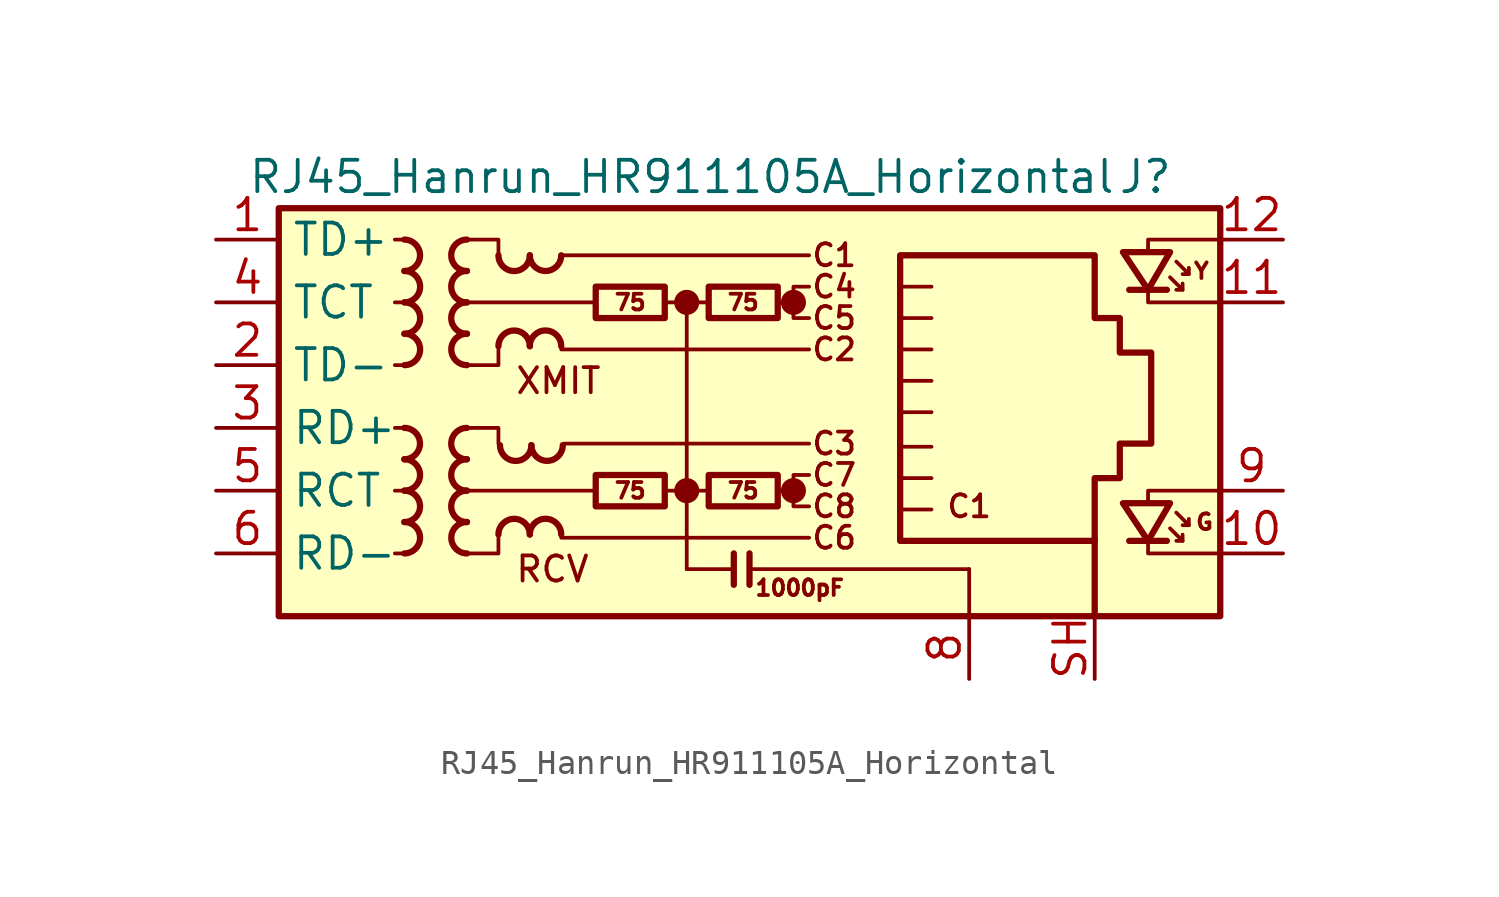
<source format=kicad_sym>
(kicad_symbol_lib
  (version 20241209)
  (generator "kicad_symbol_editor")
  (generator_version "9.0")
  (symbol "RJ45_Hanrun_HR911105A_Horizontal"
    (property "Reference" "J"
      (at 18.415 10.16 0)
      (effects (font (size 1.27 1.27)) (justify right)))
    (property "Value" "RJ45_Hanrun_HR911105A_Horizontal"
      (at -19.05 10.16 0)
      (effects (font (size 1.27 1.27)) (justify left)))
    (symbol "RJ45_Hanrun_HR911105A_Horizontal_0_0"
      (circle (center -1.27 5.08) (radius 0.0001) (stroke (width 0.508) (type default)) (fill (type none)))
      (polyline (pts (xy -1.27 5.08) (xy -1.27 -5.715)) (stroke (width 0) (type default)) (fill (type none)))
      (circle (center -1.27 -2.54) (radius 0.0001) (stroke (width 0.508) (type default)) (fill (type none)))
      (polyline (pts (xy 0.635 -5.08) (xy 0.635 -6.35)) (stroke (width 0.254) (type default)) (fill (type none)))
      (polyline (pts (xy 1.27 -5.08) (xy 1.27 -6.35)) (stroke (width 0.254) (type default)) (fill (type none)))
      (polyline (pts (xy 3.048 5.08) (xy 2.54 5.08)) (stroke (width 0) (type default)) (fill (type none)))
      (circle (center 3.048 5.08) (radius 0.0001) (stroke (width 0.508) (type default)) (fill (type none)))
      (polyline (pts (xy 3.048 -2.54) (xy 2.54 -2.54)) (stroke (width 0) (type default)) (fill (type none)))
      (circle (center 3.048 -2.54) (radius 0.0001) (stroke (width 0.508) (type default)) (fill (type none)))
      (polyline (pts (xy 3.683 5.715) (xy 3.048 5.715) (xy 3.048 4.445) (xy 3.683 4.445)) (stroke (width 0) (type default)) (fill (type none)))
      (polyline (pts (xy 3.683 -1.905) (xy 3.048 -1.905) (xy 3.048 -3.175) (xy 3.683 -3.175)) (stroke (width 0) (type default)) (fill (type none)))
      (polyline (pts (xy 17.399 7.112) (xy 17.399 7.62) (xy 20.32 7.62)) (stroke (width 0) (type default)) (fill (type none)))
      (polyline (pts (xy 17.399 -3.048) (xy 17.399 -2.54) (xy 20.32 -2.54)) (stroke (width 0) (type default)) (fill (type none)))
      (polyline (pts (xy 20.32 5.08) (xy 17.399 5.08) (xy 17.399 5.588)) (stroke (width 0) (type default)) (fill (type none)))
      (polyline (pts (xy 20.32 -5.08) (xy 17.399 -5.08) (xy 17.399 -4.572)) (stroke (width 0) (type default)) (fill (type none)))
      (text "XMIT" (at -8.255 1.905 0) (effects (font (size 1.016 1.016)) (justify left)))
      (text "RCV" (at -8.255 -5.715 0) (effects (font (size 1.016 1.016)) (justify left)))
      (text "C1" (at 4.699 6.985 0) (effects (font (size 0.889 0.889))))
      (text "C4" (at 4.699 5.715 0) (effects (font (size 0.889 0.889))))
      (text "C5" (at 4.699 4.445 0) (effects (font (size 0.889 0.889))))
      (text "C2" (at 4.699 3.175 0) (effects (font (size 0.889 0.889))))
      (text "C3" (at 4.699 -0.635 0) (effects (font (size 0.889 0.889))))
      (text "C7" (at 4.699 -1.905 0) (effects (font (size 0.889 0.889))))
      (text "C8" (at 4.699 -3.175 0) (effects (font (size 0.889 0.889))))
      (text "C6" (at 4.699 -4.445 0) (effects (font (size 0.889 0.889))))
      (text "C1" (at 10.16 -3.175 0) (effects (font (size 0.889 0.889)))))
    (symbol "RJ45_Hanrun_HR911105A_Horizontal_0_1"
      (rectangle (start -17.78 8.89) (end 20.32 -7.62) (stroke (width 0.254) (type default)) (fill (type background)))
      (polyline (pts (xy -12.7 7.62) (xy -13.081 7.62)) (stroke (width 0) (type default)) (fill (type none)))
      (polyline (pts (xy -12.7 5.08) (xy -13.081 5.08)) (stroke (width 0) (type default)) (fill (type none)))
      (polyline (pts (xy -12.7 2.54) (xy -13.081 2.54)) (stroke (width 0) (type default)) (fill (type none)))
      (polyline (pts (xy -12.7 0) (xy -13.081 0)) (stroke (width 0) (type default)) (fill (type none)))
      (polyline (pts (xy -12.7 -2.54) (xy -13.081 -2.54)) (stroke (width 0) (type default)) (fill (type none)))
      (polyline (pts (xy -12.7 -5.08) (xy -13.081 -5.08)) (stroke (width 0) (type default)) (fill (type none)))
      (polyline (pts (xy -10.16 7.62) (xy -8.89 7.62) (xy -8.89 6.985)) (stroke (width 0) (type default)) (fill (type none)))
      (polyline (pts (xy -10.16 0) (xy -8.89 0) (xy -8.89 -0.635)) (stroke (width 0) (type default)) (fill (type none)))
      (polyline (pts (xy -8.89 3.175) (xy -8.89 2.54) (xy -10.16 2.54)) (stroke (width 0) (type default)) (fill (type none)))
      (polyline (pts (xy -8.89 -4.445) (xy -8.89 -5.08) (xy -10.16 -5.08)) (stroke (width 0) (type default)) (fill (type none)))
      (polyline (pts (xy -6.35 6.985) (xy 3.683 6.985)) (stroke (width 0) (type default)) (fill (type none)))
      (polyline (pts (xy -6.35 3.175) (xy 3.683 3.175)) (stroke (width 0) (type default)) (fill (type none)))
      (polyline (pts (xy -6.35 -4.445) (xy 3.683 -4.445)) (stroke (width 0) (type default)) (fill (type none)))
      (polyline (pts (xy -6.223 -0.635) (xy 3.683 -0.635)) (stroke (width 0) (type default)) (fill (type none)))
      (polyline (pts (xy -5.08 -2.54) (xy -10.16 -2.54)) (stroke (width 0) (type default)) (fill (type none)))
      (polyline (pts (xy -4.953 5.08) (xy -10.16 5.08)) (stroke (width 0) (type default)) (fill (type none)))
      (polyline (pts (xy -2.159 5.08) (xy -0.381 5.08)) (stroke (width 0) (type default)) (fill (type none)))
      (polyline (pts (xy -2.159 -2.54) (xy -0.381 -2.54)) (stroke (width 0) (type default)) (fill (type none)))
      (polyline (pts (xy 0.635 -5.715) (xy -1.27 -5.715)) (stroke (width 0) (type default)) (fill (type none)))
      (polyline (pts (xy 7.366 3.175) (xy 8.636 3.175)) (stroke (width 0) (type default)) (fill (type none)))
      (polyline (pts (xy 7.366 1.905) (xy 8.636 1.905)) (stroke (width 0) (type default)) (fill (type none)))
      (polyline (pts (xy 7.366 0.635) (xy 8.636 0.635)) (stroke (width 0) (type default)) (fill (type none)))
      (polyline (pts (xy 7.366 -0.762) (xy 8.636 -0.762)) (stroke (width 0) (type default)) (fill (type none)))
      (polyline (pts (xy 7.366 -2.032) (xy 8.636 -2.032)) (stroke (width 0) (type default)) (fill (type none)))
      (polyline (pts (xy 8.636 5.715) (xy 7.366 5.715)) (stroke (width 0) (type default)) (fill (type none)))
      (polyline (pts (xy 8.636 4.445) (xy 7.366 4.445)) (stroke (width 0) (type default)) (fill (type none)))
      (polyline (pts (xy 8.636 -3.302) (xy 7.366 -3.302)) (stroke (width 0) (type default)) (fill (type none)))
      (polyline (pts (xy 10.16 -5.715) (xy 1.27 -5.715)) (stroke (width 0) (type default)) (fill (type none)))
      (polyline (pts (xy 10.16 -5.715) (xy 10.16 -7.62)) (stroke (width 0) (type default)) (fill (type none))))
    (symbol "RJ45_Hanrun_HR911105A_Horizontal_1_0"
      (text "1000pF" (at 3.302 -6.477 0) (effects (font (size 0.635 0.635)))))
    (symbol "RJ45_Hanrun_HR911105A_Horizontal_1_1"
      (arc (start -12.7 0) (mid -12.0677 -0.635) (end -12.7 -1.27) (stroke (width 0.254) (type default)) (fill (type none)))
      (arc (start -12.6973 7.62) (mid -12.065 6.985) (end -12.6973 6.35) (stroke (width 0.254) (type default)) (fill (type none)))
      (arc (start -12.6973 -1.27) (mid -12.065 -1.905) (end -12.6973 -2.54) (stroke (width 0.254) (type default)) (fill (type none)))
      (arc (start -12.6973 -2.54) (mid -12.065 -3.175) (end -12.6973 -3.81) (stroke (width 0.254) (type default)) (fill (type none)))
      (arc (start -12.6973 -3.81) (mid -12.065 -4.445) (end -12.6973 -5.08) (stroke (width 0.254) (type default)) (fill (type none)))
      (arc (start -12.6946 6.35) (mid -12.0623 5.715) (end -12.6946 5.08) (stroke (width 0.254) (type default)) (fill (type none)))
      (arc (start -12.6946 5.08) (mid -12.0623 4.445) (end -12.6946 3.81) (stroke (width 0.254) (type default)) (fill (type none)))
      (arc (start -12.6946 3.81) (mid -12.0623 3.175) (end -12.6946 2.54) (stroke (width 0.254) (type default)) (fill (type none)))
      (arc (start -10.1654 6.35) (mid -10.7977 6.985) (end -10.1654 7.62) (stroke (width 0.254) (type default)) (fill (type none)))
      (arc (start -10.1654 5.08) (mid -10.7977 5.715) (end -10.1654 6.35) (stroke (width 0.254) (type default)) (fill (type none)))
      (arc (start -10.1654 3.81) (mid -10.7977 4.445) (end -10.1654 5.08) (stroke (width 0.254) (type default)) (fill (type none)))
      (arc (start -10.1654 -1.27) (mid -10.7977 -0.635) (end -10.1654 0) (stroke (width 0.254) (type default)) (fill (type none)))
      (arc (start -10.1654 -2.54) (mid -10.7977 -1.905) (end -10.1654 -1.27) (stroke (width 0.254) (type default)) (fill (type none)))
      (arc (start -10.1654 -3.81) (mid -10.7977 -3.175) (end -10.1654 -2.54) (stroke (width 0.254) (type default)) (fill (type none)))
      (arc (start -10.1627 2.54) (mid -10.795 3.175) (end -10.1627 3.81) (stroke (width 0.254) (type default)) (fill (type none)))
      (arc (start -10.1627 -5.08) (mid -10.795 -4.445) (end -10.1627 -3.81) (stroke (width 0.254) (type default)) (fill (type none)))
      (arc (start -7.62 6.9823) (mid -8.255 6.35) (end -8.89 6.9823) (stroke (width 0.254) (type default)) (fill (type none)))
      (arc (start -8.89 3.3047) (mid -8.255 3.937) (end -7.62 3.3047) (stroke (width 0.254) (type default)) (fill (type none)))
      (arc (start -8.89 -4.3153) (mid -8.255 -3.683) (end -7.62 -4.3153) (stroke (width 0.254) (type default)) (fill (type none)))
      (arc (start -7.5565 -0.7012) (mid -8.1915 -1.3335) (end -8.8265 -0.7012) (stroke (width 0.254) (type default)) (fill (type none)))
      (arc (start -6.35 6.985) (mid -6.985 6.3527) (end -7.62 6.985) (stroke (width 0.254) (type default)) (fill (type none)))
      (arc (start -7.62 3.3074) (mid -6.985 3.9397) (end -6.35 3.3074) (stroke (width 0.254) (type default)) (fill (type none)))
      (arc (start -7.62 -4.3126) (mid -6.985 -3.6803) (end -6.35 -4.3126) (stroke (width 0.254) (type default)) (fill (type none)))
      (arc (start -6.2865 -0.6985) (mid -6.9215 -1.3308) (end -7.5565 -0.6985) (stroke (width 0.254) (type default)) (fill (type none)))
      (rectangle (start -4.953 5.715) (end -2.159 4.445) (stroke (width 0.254) (type default)) (fill (type none)))
      (rectangle (start -4.953 -1.905) (end -2.159 -3.175) (stroke (width 0.254) (type default)) (fill (type none)))
      (rectangle (start -0.381 5.715) (end 2.413 4.445) (stroke (width 0.254) (type default)) (fill (type none)))
      (rectangle (start -0.381 -1.905) (end 2.413 -3.175) (stroke (width 0.254) (type default)) (fill (type none)))
      (polyline (pts (xy 7.366 -4.572) (xy 7.366 6.985) (xy 15.24 6.985) (xy 15.24 4.445) (xy 16.256 4.445) (xy 16.256 3.048) (xy 17.526 3.048) (xy 17.526 -0.635) (xy 16.256 -0.635) (xy 16.256 -2.032) (xy 15.24 -2.032) (xy 15.24 -4.572) (xy 7.366 -4.572)) (stroke (width 0.254) (type default)) (fill (type none)))
      (polyline (pts (xy 15.24 -7.62) (xy 15.24 -4.572)) (stroke (width 0.254) (type default)) (fill (type none)))
      (polyline (pts (xy 18.161 5.588) (xy 16.637 5.588)) (stroke (width 0.254) (type default)) (fill (type none)))
      (polyline (pts (xy 18.161 -4.572) (xy 16.637 -4.572)) (stroke (width 0.254) (type default)) (fill (type none)))
      (polyline (pts (xy 18.288 7.112) (xy 16.383 7.112) (xy 17.399 5.588) (xy 18.288 7.112)) (stroke (width 0.254) (type default)) (fill (type none)))
      (polyline (pts (xy 18.288 6.096) (xy 18.796 5.588) (xy 18.542 5.588)) (stroke (width 0) (type default)) (fill (type none)))
      (polyline (pts (xy 18.288 -3.048) (xy 16.383 -3.048) (xy 17.399 -4.572) (xy 18.288 -3.048)) (stroke (width 0.254) (type default)) (fill (type none)))
      (polyline (pts (xy 18.288 -4.064) (xy 18.796 -4.572) (xy 18.542 -4.572)) (stroke (width 0) (type default)) (fill (type none)))
      (polyline (pts (xy 18.542 6.731) (xy 19.05 6.223) (xy 18.796 6.223)) (stroke (width 0) (type default)) (fill (type none)))
      (polyline (pts (xy 18.542 -3.429) (xy 19.05 -3.937) (xy 18.796 -3.937)) (stroke (width 0) (type default)) (fill (type none)))
      (polyline (pts (xy 18.796 5.588) (xy 18.796 5.842)) (stroke (width 0) (type default)) (fill (type none)))
      (polyline (pts (xy 18.796 -4.572) (xy 18.796 -4.318)) (stroke (width 0) (type default)) (fill (type none)))
      (polyline (pts (xy 19.05 6.223) (xy 19.05 6.477)) (stroke (width 0) (type default)) (fill (type none)))
      (polyline (pts (xy 19.05 -3.937) (xy 19.05 -3.683)) (stroke (width 0) (type default)) (fill (type none)))
      (text "75" (at -3.556 5.08 0) (effects (font (size 0.635 0.635))))
      (text "75" (at -3.556 -2.54 0) (effects (font (size 0.635 0.635))))
      (text "75" (at 1.016 5.08 0) (effects (font (size 0.635 0.635))))
      (text "75" (at 1.016 -2.54 0) (effects (font (size 0.635 0.635))))
      (text "Y" (at 19.558 6.35 0) (effects (font (size 0.635 0.635))))
      (text "G" (at 19.685 -3.81 0) (effects (font (size 0.635 0.635))))
      (pin passive line (at -20.32 7.62 0) (length 2.54) (name "TD+" (effects (font (size 1.27 1.27)))) (number "1" (effects (font (size 1.27 1.27)))))
      (pin passive line (at -20.32 5.08 0) (length 2.54) (name "TCT" (effects (font (size 1.27 1.27)))) (number "4" (effects (font (size 1.27 1.27)))))
      (pin passive line (at -20.32 2.54 0) (length 2.54) (name "TD-" (effects (font (size 1.27 1.27)))) (number "2" (effects (font (size 1.27 1.27)))))
      (pin passive line (at -20.32 0 0) (length 2.54) (name "RD+" (effects (font (size 1.27 1.27)))) (number "3" (effects (font (size 1.27 1.27)))))
      (pin passive line (at -20.32 -2.54 0) (length 2.54) (name "RCT" (effects (font (size 1.27 1.27)))) (number "5" (effects (font (size 1.27 1.27)))))
      (pin passive line (at -20.32 -5.08 0) (length 2.54) (name "RD-" (effects (font (size 1.27 1.27)))) (number "6" (effects (font (size 1.27 1.27)))))
      (pin power_in line (at 10.16 -10.16 90) (length 2.54) (name "" (effects (font (size 1.27 1.27)))) (number "8" (effects (font (size 1.27 1.27)))))
      (pin passive line (at 15.24 -10.16 90) (length 2.54) (name "" (effects (font (size 1.27 1.27)))) (number "SH" (effects (font (size 1.27 1.27)))))
      (pin no_connect line (at 20.32 0 0) (length 0) (hide yes) (name "NC" (effects (font (size 1.27 1.27)))) (number "7" (effects (font (size 1.27 1.27)))))
      (pin passive line (at 22.86 7.62 180) (length 2.54) (name "" (effects (font (size 1.27 1.27)))) (number "12" (effects (font (size 1.27 1.27)))))
      (pin passive line (at 22.86 5.08 180) (length 2.54) (name "" (effects (font (size 1.27 1.27)))) (number "11" (effects (font (size 1.27 1.27)))))
      (pin passive line (at 22.86 -2.54 180) (length 2.54) (name "" (effects (font (size 1.27 1.27)))) (number "9" (effects (font (size 1.27 1.27)))))
      (pin passive line (at 22.86 -5.08 180) (length 2.54) (name "" (effects (font (size 1.27 1.27)))) (number "10" (effects (font (size 1.27 1.27))))))))
</source>
